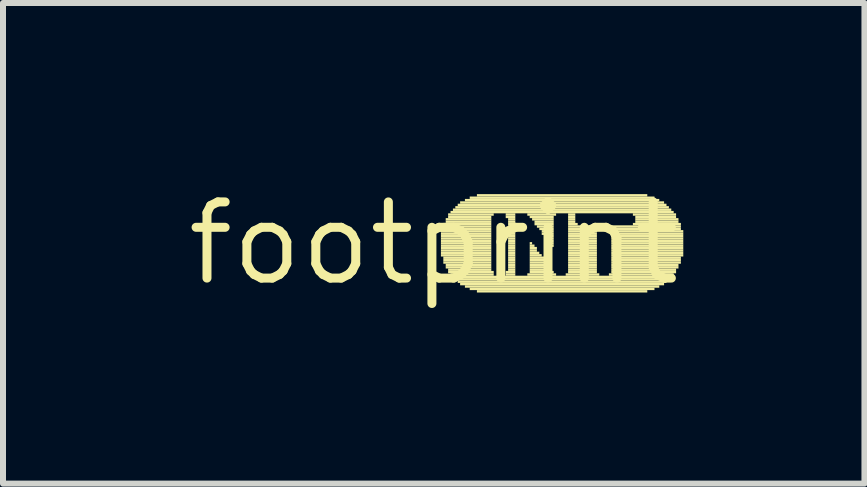
<source format=kicad_pcb>
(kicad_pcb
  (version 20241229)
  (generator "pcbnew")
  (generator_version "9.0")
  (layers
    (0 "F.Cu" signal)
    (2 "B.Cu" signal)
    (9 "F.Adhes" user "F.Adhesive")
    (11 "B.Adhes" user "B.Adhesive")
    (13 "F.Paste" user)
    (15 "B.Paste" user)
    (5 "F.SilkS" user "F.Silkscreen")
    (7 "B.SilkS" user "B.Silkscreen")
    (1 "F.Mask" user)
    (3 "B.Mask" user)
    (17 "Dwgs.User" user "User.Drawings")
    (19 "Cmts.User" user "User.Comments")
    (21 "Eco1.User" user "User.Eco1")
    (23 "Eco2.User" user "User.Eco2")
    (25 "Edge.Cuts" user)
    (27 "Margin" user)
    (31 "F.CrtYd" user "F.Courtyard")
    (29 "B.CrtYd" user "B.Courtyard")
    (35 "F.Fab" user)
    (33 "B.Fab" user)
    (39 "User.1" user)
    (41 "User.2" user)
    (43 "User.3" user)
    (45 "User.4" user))
  (footprint "footprint"
    (layer "F.Cu")
    (at 4.18 1.006)
    (property "Reference" "footprint" (at 0 0 0) (layer "F.SilkS") (effects (font (size 1.27 1.27) (thickness 0.15))))
    (fp_poly (pts (xy 0.12 -0.18) (xy 0.96 -0.18) (xy 0.96 -0.22) (xy 0.12 -0.22)) (stroke (width 0) (type solid)) (fill yes) (layer "F.SilkS"))
    (fp_poly (pts (xy 0.12 -0.14) (xy 0.96 -0.14) (xy 0.96 -0.18) (xy 0.12 -0.18)) (stroke (width 0) (type solid)) (fill yes) (layer "F.SilkS"))
    (fp_poly (pts (xy 0.12 -0.1) (xy 0.96 -0.1) (xy 0.96 -0.14) (xy 0.12 -0.14)) (stroke (width 0) (type solid)) (fill yes) (layer "F.SilkS"))
    (fp_poly (pts (xy 0.12 -0.06) (xy 0.96 -0.06) (xy 0.96 -0.1) (xy 0.12 -0.1)) (stroke (width 0) (type solid)) (fill yes) (layer "F.SilkS"))
    (fp_poly (pts (xy 0.12 -0.02) (xy 0.96 -0.02) (xy 0.96 -0.06) (xy 0.12 -0.06)) (stroke (width 0) (type solid)) (fill yes) (layer "F.SilkS"))
    (fp_poly (pts (xy 0.12 0.02) (xy 0.96 0.02) (xy 0.96 -0.02) (xy 0.12 -0.02)) (stroke (width 0) (type solid)) (fill yes) (layer "F.SilkS"))
    (fp_poly (pts (xy 0.12 0.06) (xy 0.96 0.06) (xy 0.96 0.02) (xy 0.12 0.02)) (stroke (width 0) (type solid)) (fill yes) (layer "F.SilkS"))
    (fp_poly (pts (xy 0.12 0.1) (xy 0.96 0.1) (xy 0.96 0.06) (xy 0.12 0.06)) (stroke (width 0) (type solid)) (fill yes) (layer "F.SilkS"))
    (fp_poly (pts (xy 0.12 0.14) (xy 0.96 0.14) (xy 0.96 0.1) (xy 0.12 0.1)) (stroke (width 0) (type solid)) (fill yes) (layer "F.SilkS"))
    (fp_poly (pts (xy 0.12 0.18) (xy 0.96 0.18) (xy 0.96 0.14) (xy 0.12 0.14)) (stroke (width 0) (type solid)) (fill yes) (layer "F.SilkS"))
    (fp_poly (pts (xy 0.12 0.22) (xy 0.96 0.22) (xy 0.96 0.18) (xy 0.12 0.18)) (stroke (width 0) (type solid)) (fill yes) (layer "F.SilkS"))
    (fp_poly (pts (xy 0.16 -0.3) (xy 0.96 -0.3) (xy 0.96 -0.34) (xy 0.16 -0.34)) (stroke (width 0) (type solid)) (fill yes) (layer "F.SilkS"))
    (fp_poly (pts (xy 0.16 -0.26) (xy 0.96 -0.26) (xy 0.96 -0.3) (xy 0.16 -0.3)) (stroke (width 0) (type solid)) (fill yes) (layer "F.SilkS"))
    (fp_poly (pts (xy 0.16 -0.22) (xy 0.96 -0.22) (xy 0.96 -0.26) (xy 0.16 -0.26)) (stroke (width 0) (type solid)) (fill yes) (layer "F.SilkS"))
    (fp_poly (pts (xy 0.16 0.26) (xy 0.96 0.26) (xy 0.96 0.22) (xy 0.16 0.22)) (stroke (width 0) (type solid)) (fill yes) (layer "F.SilkS"))
    (fp_poly (pts (xy 0.16 0.3) (xy 0.96 0.3) (xy 0.96 0.26) (xy 0.16 0.26)) (stroke (width 0) (type solid)) (fill yes) (layer "F.SilkS"))
    (fp_poly (pts (xy 0.16 0.34) (xy 0.96 0.34) (xy 0.96 0.3) (xy 0.16 0.3)) (stroke (width 0) (type solid)) (fill yes) (layer "F.SilkS"))
    (fp_poly (pts (xy 0.2 -0.38) (xy 0.96 -0.38) (xy 0.96 -0.42) (xy 0.2 -0.42)) (stroke (width 0) (type solid)) (fill yes) (layer "F.SilkS"))
    (fp_poly (pts (xy 0.2 -0.34) (xy 0.96 -0.34) (xy 0.96 -0.38) (xy 0.2 -0.38)) (stroke (width 0) (type solid)) (fill yes) (layer "F.SilkS"))
    (fp_poly (pts (xy 0.2 0.38) (xy 0.96 0.38) (xy 0.96 0.34) (xy 0.2 0.34)) (stroke (width 0) (type solid)) (fill yes) (layer "F.SilkS"))
    (fp_poly (pts (xy 0.2 0.42) (xy 0.96 0.42) (xy 0.96 0.38) (xy 0.2 0.38)) (stroke (width 0) (type solid)) (fill yes) (layer "F.SilkS"))
    (fp_poly (pts (xy 0.24 -0.46) (xy 1 -0.46) (xy 1 -0.5) (xy 0.24 -0.5)) (stroke (width 0) (type solid)) (fill yes) (layer "F.SilkS"))
    (fp_poly (pts (xy 0.24 -0.42) (xy 0.96 -0.42) (xy 0.96 -0.46) (xy 0.24 -0.46)) (stroke (width 0) (type solid)) (fill yes) (layer "F.SilkS"))
    (fp_poly (pts (xy 0.24 0.46) (xy 0.96 0.46) (xy 0.96 0.42) (xy 0.24 0.42)) (stroke (width 0) (type solid)) (fill yes) (layer "F.SilkS"))
    (fp_poly (pts (xy 0.24 0.5) (xy 1 0.5) (xy 1 0.46) (xy 0.24 0.46)) (stroke (width 0) (type solid)) (fill yes) (layer "F.SilkS"))
    (fp_poly (pts (xy 0.28 -0.5) (xy 4 -0.5) (xy 4 -0.54) (xy 0.28 -0.54)) (stroke (width 0) (type solid)) (fill yes) (layer "F.SilkS"))
    (fp_poly (pts (xy 0.28 0.54) (xy 1 0.54) (xy 1 0.5) (xy 0.28 0.5)) (stroke (width 0) (type solid)) (fill yes) (layer "F.SilkS"))
    (fp_poly (pts (xy 0.32 -0.54) (xy 3.96 -0.54) (xy 3.96 -0.58) (xy 0.32 -0.58)) (stroke (width 0) (type solid)) (fill yes) (layer "F.SilkS"))
    (fp_poly (pts (xy 0.32 0.58) (xy 3.96 0.58) (xy 3.96 0.54) (xy 0.32 0.54)) (stroke (width 0) (type solid)) (fill yes) (layer "F.SilkS"))
    (fp_poly (pts (xy 0.36 -0.58) (xy 3.92 -0.58) (xy 3.92 -0.62) (xy 0.36 -0.62)) (stroke (width 0) (type solid)) (fill yes) (layer "F.SilkS"))
    (fp_poly (pts (xy 0.36 0.62) (xy 3.92 0.62) (xy 3.92 0.58) (xy 0.36 0.58)) (stroke (width 0) (type solid)) (fill yes) (layer "F.SilkS"))
    (fp_poly (pts (xy 0.4 -0.62) (xy 3.88 -0.62) (xy 3.88 -0.66) (xy 0.4 -0.66)) (stroke (width 0) (type solid)) (fill yes) (layer "F.SilkS"))
    (fp_poly (pts (xy 0.4 0.66) (xy 3.88 0.66) (xy 3.88 0.62) (xy 0.4 0.62)) (stroke (width 0) (type solid)) (fill yes) (layer "F.SilkS"))
    (fp_poly (pts (xy 0.44 -0.66) (xy 3.84 -0.66) (xy 3.84 -0.7) (xy 0.44 -0.7)) (stroke (width 0) (type solid)) (fill yes) (layer "F.SilkS"))
    (fp_poly (pts (xy 0.44 0.7) (xy 3.84 0.7) (xy 3.84 0.66) (xy 0.44 0.66)) (stroke (width 0) (type solid)) (fill yes) (layer "F.SilkS"))
    (fp_poly (pts (xy 0.52 -0.7) (xy 3.76 -0.7) (xy 3.76 -0.74) (xy 0.52 -0.74)) (stroke (width 0) (type solid)) (fill yes) (layer "F.SilkS"))
    (fp_poly (pts (xy 0.52 0.74) (xy 3.76 0.74) (xy 3.76 0.7) (xy 0.52 0.7)) (stroke (width 0) (type solid)) (fill yes) (layer "F.SilkS"))
    (fp_poly (pts (xy 0.6 -0.74) (xy 3.68 -0.74) (xy 3.68 -0.78) (xy 0.6 -0.78)) (stroke (width 0) (type solid)) (fill yes) (layer "F.SilkS"))
    (fp_poly (pts (xy 0.6 0.78) (xy 3.68 0.78) (xy 3.68 0.74) (xy 0.6 0.74)) (stroke (width 0) (type solid)) (fill yes) (layer "F.SilkS"))
    (fp_poly (pts (xy 0.72 -0.78) (xy 3.56 -0.78) (xy 3.56 -0.82) (xy 0.72 -0.82)) (stroke (width 0) (type solid)) (fill yes) (layer "F.SilkS"))
    (fp_poly (pts (xy 0.72 0.82) (xy 3.56 0.82) (xy 3.56 0.78) (xy 0.72 0.78)) (stroke (width 0) (type solid)) (fill yes) (layer "F.SilkS"))
    (fp_poly (pts (xy 1.2 -0.46) (xy 1.36 -0.46) (xy 1.36 -0.5) (xy 1.2 -0.5)) (stroke (width 0) (type solid)) (fill yes) (layer "F.SilkS"))
    (fp_poly (pts (xy 1.2 -0.42) (xy 1.36 -0.42) (xy 1.36 -0.46) (xy 1.2 -0.46)) (stroke (width 0) (type solid)) (fill yes) (layer "F.SilkS"))
    (fp_poly (pts (xy 1.2 0.5) (xy 1.36 0.5) (xy 1.36 0.46) (xy 1.2 0.46)) (stroke (width 0) (type solid)) (fill yes) (layer "F.SilkS"))
    (fp_poly (pts (xy 1.2 0.54) (xy 1.36 0.54) (xy 1.36 0.5) (xy 1.2 0.5)) (stroke (width 0) (type solid)) (fill yes) (layer "F.SilkS"))
    (fp_poly (pts (xy 1.24 -0.38) (xy 1.36 -0.38) (xy 1.36 -0.42) (xy 1.24 -0.42)) (stroke (width 0) (type solid)) (fill yes) (layer "F.SilkS"))
    (fp_poly (pts (xy 1.24 -0.34) (xy 1.36 -0.34) (xy 1.36 -0.38) (xy 1.24 -0.38)) (stroke (width 0) (type solid)) (fill yes) (layer "F.SilkS"))
    (fp_poly (pts (xy 1.24 -0.3) (xy 1.36 -0.3) (xy 1.36 -0.34) (xy 1.24 -0.34)) (stroke (width 0) (type solid)) (fill yes) (layer "F.SilkS"))
    (fp_poly (pts (xy 1.24 -0.26) (xy 1.36 -0.26) (xy 1.36 -0.3) (xy 1.24 -0.3)) (stroke (width 0) (type solid)) (fill yes) (layer "F.SilkS"))
    (fp_poly (pts (xy 1.24 -0.22) (xy 1.36 -0.22) (xy 1.36 -0.26) (xy 1.24 -0.26)) (stroke (width 0) (type solid)) (fill yes) (layer "F.SilkS"))
    (fp_poly (pts (xy 1.24 -0.18) (xy 1.36 -0.18) (xy 1.36 -0.22) (xy 1.24 -0.22)) (stroke (width 0) (type solid)) (fill yes) (layer "F.SilkS"))
    (fp_poly (pts (xy 1.24 -0.14) (xy 1.36 -0.14) (xy 1.36 -0.18) (xy 1.24 -0.18)) (stroke (width 0) (type solid)) (fill yes) (layer "F.SilkS"))
    (fp_poly (pts (xy 1.24 -0.1) (xy 1.36 -0.1) (xy 1.36 -0.14) (xy 1.24 -0.14)) (stroke (width 0) (type solid)) (fill yes) (layer "F.SilkS"))
    (fp_poly (pts (xy 1.24 -0.06) (xy 1.36 -0.06) (xy 1.36 -0.1) (xy 1.24 -0.1)) (stroke (width 0) (type solid)) (fill yes) (layer "F.SilkS"))
    (fp_poly (pts (xy 1.24 -0.02) (xy 1.36 -0.02) (xy 1.36 -0.06) (xy 1.24 -0.06)) (stroke (width 0) (type solid)) (fill yes) (layer "F.SilkS"))
    (fp_poly (pts (xy 1.24 0.02) (xy 1.36 0.02) (xy 1.36 -0.02) (xy 1.24 -0.02)) (stroke (width 0) (type solid)) (fill yes) (layer "F.SilkS"))
    (fp_poly (pts (xy 1.24 0.06) (xy 1.36 0.06) (xy 1.36 0.02) (xy 1.24 0.02)) (stroke (width 0) (type solid)) (fill yes) (layer "F.SilkS"))
    (fp_poly (pts (xy 1.24 0.1) (xy 1.36 0.1) (xy 1.36 0.06) (xy 1.24 0.06)) (stroke (width 0) (type solid)) (fill yes) (layer "F.SilkS"))
    (fp_poly (pts (xy 1.24 0.14) (xy 1.36 0.14) (xy 1.36 0.1) (xy 1.24 0.1)) (stroke (width 0) (type solid)) (fill yes) (layer "F.SilkS"))
    (fp_poly (pts (xy 1.24 0.18) (xy 1.36 0.18) (xy 1.36 0.14) (xy 1.24 0.14)) (stroke (width 0) (type solid)) (fill yes) (layer "F.SilkS"))
    (fp_poly (pts (xy 1.24 0.22) (xy 1.36 0.22) (xy 1.36 0.18) (xy 1.24 0.18)) (stroke (width 0) (type solid)) (fill yes) (layer "F.SilkS"))
    (fp_poly (pts (xy 1.24 0.26) (xy 1.36 0.26) (xy 1.36 0.22) (xy 1.24 0.22)) (stroke (width 0) (type solid)) (fill yes) (layer "F.SilkS"))
    (fp_poly (pts (xy 1.24 0.3) (xy 1.36 0.3) (xy 1.36 0.26) (xy 1.24 0.26)) (stroke (width 0) (type solid)) (fill yes) (layer "F.SilkS"))
    (fp_poly (pts (xy 1.24 0.34) (xy 1.36 0.34) (xy 1.36 0.3) (xy 1.24 0.3)) (stroke (width 0) (type solid)) (fill yes) (layer "F.SilkS"))
    (fp_poly (pts (xy 1.24 0.38) (xy 1.36 0.38) (xy 1.36 0.34) (xy 1.24 0.34)) (stroke (width 0) (type solid)) (fill yes) (layer "F.SilkS"))
    (fp_poly (pts (xy 1.24 0.42) (xy 1.36 0.42) (xy 1.36 0.38) (xy 1.24 0.38)) (stroke (width 0) (type solid)) (fill yes) (layer "F.SilkS"))
    (fp_poly (pts (xy 1.24 0.46) (xy 1.36 0.46) (xy 1.36 0.42) (xy 1.24 0.42)) (stroke (width 0) (type solid)) (fill yes) (layer "F.SilkS"))
    (fp_poly (pts (xy 1.56 -0.46) (xy 2.04 -0.46) (xy 2.04 -0.5) (xy 1.56 -0.5)) (stroke (width 0) (type solid)) (fill yes) (layer "F.SilkS"))
    (fp_poly (pts (xy 1.56 0.54) (xy 2.04 0.54) (xy 2.04 0.5) (xy 1.56 0.5)) (stroke (width 0) (type solid)) (fill yes) (layer "F.SilkS"))
    (fp_poly (pts (xy 1.6 -0.42) (xy 2 -0.42) (xy 2 -0.46) (xy 1.6 -0.46)) (stroke (width 0) (type solid)) (fill yes) (layer "F.SilkS"))
    (fp_poly (pts (xy 1.6 0.02) (xy 1.64 0.02) (xy 1.64 -0.02) (xy 1.6 -0.02)) (stroke (width 0) (type solid)) (fill yes) (layer "F.SilkS"))
    (fp_poly (pts (xy 1.6 0.06) (xy 1.68 0.06) (xy 1.68 0.02) (xy 1.6 0.02)) (stroke (width 0) (type solid)) (fill yes) (layer "F.SilkS"))
    (fp_poly (pts (xy 1.6 0.1) (xy 1.72 0.1) (xy 1.72 0.06) (xy 1.6 0.06)) (stroke (width 0) (type solid)) (fill yes) (layer "F.SilkS"))
    (fp_poly (pts (xy 1.6 0.14) (xy 1.72 0.14) (xy 1.72 0.1) (xy 1.6 0.1)) (stroke (width 0) (type solid)) (fill yes) (layer "F.SilkS"))
    (fp_poly (pts (xy 1.6 0.18) (xy 1.76 0.18) (xy 1.76 0.14) (xy 1.6 0.14)) (stroke (width 0) (type solid)) (fill yes) (layer "F.SilkS"))
    (fp_poly (pts (xy 1.6 0.22) (xy 1.8 0.22) (xy 1.8 0.18) (xy 1.6 0.18)) (stroke (width 0) (type solid)) (fill yes) (layer "F.SilkS"))
    (fp_poly (pts (xy 1.6 0.26) (xy 1.84 0.26) (xy 1.84 0.22) (xy 1.6 0.22)) (stroke (width 0) (type solid)) (fill yes) (layer "F.SilkS"))
    (fp_poly (pts (xy 1.6 0.3) (xy 1.84 0.3) (xy 1.84 0.26) (xy 1.6 0.26)) (stroke (width 0) (type solid)) (fill yes) (layer "F.SilkS"))
    (fp_poly (pts (xy 1.6 0.34) (xy 1.88 0.34) (xy 1.88 0.3) (xy 1.6 0.3)) (stroke (width 0) (type solid)) (fill yes) (layer "F.SilkS"))
    (fp_poly (pts (xy 1.6 0.38) (xy 1.92 0.38) (xy 1.92 0.34) (xy 1.6 0.34)) (stroke (width 0) (type solid)) (fill yes) (layer "F.SilkS"))
    (fp_poly (pts (xy 1.6 0.42) (xy 1.96 0.42) (xy 1.96 0.38) (xy 1.6 0.38)) (stroke (width 0) (type solid)) (fill yes) (layer "F.SilkS"))
    (fp_poly (pts (xy 1.6 0.46) (xy 1.96 0.46) (xy 1.96 0.42) (xy 1.6 0.42)) (stroke (width 0) (type solid)) (fill yes) (layer "F.SilkS"))
    (fp_poly (pts (xy 1.6 0.5) (xy 2 0.5) (xy 2 0.46) (xy 1.6 0.46)) (stroke (width 0) (type solid)) (fill yes) (layer "F.SilkS"))
    (fp_poly (pts (xy 1.64 -0.38) (xy 2 -0.38) (xy 2 -0.42) (xy 1.64 -0.42)) (stroke (width 0) (type solid)) (fill yes) (layer "F.SilkS"))
    (fp_poly (pts (xy 1.68 -0.34) (xy 2 -0.34) (xy 2 -0.38) (xy 1.68 -0.38)) (stroke (width 0) (type solid)) (fill yes) (layer "F.SilkS"))
    (fp_poly (pts (xy 1.68 -0.3) (xy 2 -0.3) (xy 2 -0.34) (xy 1.68 -0.34)) (stroke (width 0) (type solid)) (fill yes) (layer "F.SilkS"))
    (fp_poly (pts (xy 1.72 -0.26) (xy 2 -0.26) (xy 2 -0.3) (xy 1.72 -0.3)) (stroke (width 0) (type solid)) (fill yes) (layer "F.SilkS"))
    (fp_poly (pts (xy 1.76 -0.22) (xy 2 -0.22) (xy 2 -0.26) (xy 1.76 -0.26)) (stroke (width 0) (type solid)) (fill yes) (layer "F.SilkS"))
    (fp_poly (pts (xy 1.8 -0.18) (xy 2 -0.18) (xy 2 -0.22) (xy 1.8 -0.22)) (stroke (width 0) (type solid)) (fill yes) (layer "F.SilkS"))
    (fp_poly (pts (xy 1.8 -0.14) (xy 2 -0.14) (xy 2 -0.18) (xy 1.8 -0.18)) (stroke (width 0) (type solid)) (fill yes) (layer "F.SilkS"))
    (fp_poly (pts (xy 1.84 -0.1) (xy 2 -0.1) (xy 2 -0.14) (xy 1.84 -0.14)) (stroke (width 0) (type solid)) (fill yes) (layer "F.SilkS"))
    (fp_poly (pts (xy 1.88 -0.06) (xy 2 -0.06) (xy 2 -0.1) (xy 1.88 -0.1)) (stroke (width 0) (type solid)) (fill yes) (layer "F.SilkS"))
    (fp_poly (pts (xy 1.92 -0.02) (xy 2 -0.02) (xy 2 -0.06) (xy 1.92 -0.06)) (stroke (width 0) (type solid)) (fill yes) (layer "F.SilkS"))
    (fp_poly (pts (xy 1.92 0.02) (xy 2 0.02) (xy 2 -0.02) (xy 1.92 -0.02)) (stroke (width 0) (type solid)) (fill yes) (layer "F.SilkS"))
    (fp_poly (pts (xy 1.96 0.06) (xy 2 0.06) (xy 2 0.02) (xy 1.96 0.02)) (stroke (width 0) (type solid)) (fill yes) (layer "F.SilkS"))
    (fp_poly (pts (xy 2.2 0.54) (xy 2.76 0.54) (xy 2.76 0.5) (xy 2.2 0.5)) (stroke (width 0) (type solid)) (fill yes) (layer "F.SilkS"))
    (fp_poly (pts (xy 2.24 -0.46) (xy 2.36 -0.46) (xy 2.36 -0.5) (xy 2.24 -0.5)) (stroke (width 0) (type solid)) (fill yes) (layer "F.SilkS"))
    (fp_poly (pts (xy 2.24 -0.42) (xy 2.36 -0.42) (xy 2.36 -0.46) (xy 2.24 -0.46)) (stroke (width 0) (type solid)) (fill yes) (layer "F.SilkS"))
    (fp_poly (pts (xy 2.24 -0.38) (xy 2.36 -0.38) (xy 2.36 -0.42) (xy 2.24 -0.42)) (stroke (width 0) (type solid)) (fill yes) (layer "F.SilkS"))
    (fp_poly (pts (xy 2.24 -0.34) (xy 2.36 -0.34) (xy 2.36 -0.38) (xy 2.24 -0.38)) (stroke (width 0) (type solid)) (fill yes) (layer "F.SilkS"))
    (fp_poly (pts (xy 2.24 -0.3) (xy 2.4 -0.3) (xy 2.4 -0.34) (xy 2.24 -0.34)) (stroke (width 0) (type solid)) (fill yes) (layer "F.SilkS"))
    (fp_poly (pts (xy 2.24 -0.26) (xy 2.72 -0.26) (xy 2.72 -0.3) (xy 2.24 -0.3)) (stroke (width 0) (type solid)) (fill yes) (layer "F.SilkS"))
    (fp_poly (pts (xy 2.24 -0.22) (xy 2.72 -0.22) (xy 2.72 -0.26) (xy 2.24 -0.26)) (stroke (width 0) (type solid)) (fill yes) (layer "F.SilkS"))
    (fp_poly (pts (xy 2.24 -0.18) (xy 2.72 -0.18) (xy 2.72 -0.22) (xy 2.24 -0.22)) (stroke (width 0) (type solid)) (fill yes) (layer "F.SilkS"))
    (fp_poly (pts (xy 2.24 -0.14) (xy 2.72 -0.14) (xy 2.72 -0.18) (xy 2.24 -0.18)) (stroke (width 0) (type solid)) (fill yes) (layer "F.SilkS"))
    (fp_poly (pts (xy 2.24 -0.1) (xy 2.72 -0.1) (xy 2.72 -0.14) (xy 2.24 -0.14)) (stroke (width 0) (type solid)) (fill yes) (layer "F.SilkS"))
    (fp_poly (pts (xy 2.24 -0.06) (xy 2.72 -0.06) (xy 2.72 -0.1) (xy 2.24 -0.1)) (stroke (width 0) (type solid)) (fill yes) (layer "F.SilkS"))
    (fp_poly (pts (xy 2.24 -0.02) (xy 2.72 -0.02) (xy 2.72 -0.06) (xy 2.24 -0.06)) (stroke (width 0) (type solid)) (fill yes) (layer "F.SilkS"))
    (fp_poly (pts (xy 2.24 0.02) (xy 2.72 0.02) (xy 2.72 -0.02) (xy 2.24 -0.02)) (stroke (width 0) (type solid)) (fill yes) (layer "F.SilkS"))
    (fp_poly (pts (xy 2.24 0.06) (xy 2.72 0.06) (xy 2.72 0.02) (xy 2.24 0.02)) (stroke (width 0) (type solid)) (fill yes) (layer "F.SilkS"))
    (fp_poly (pts (xy 2.24 0.1) (xy 2.72 0.1) (xy 2.72 0.06) (xy 2.24 0.06)) (stroke (width 0) (type solid)) (fill yes) (layer "F.SilkS"))
    (fp_poly (pts (xy 2.24 0.14) (xy 2.72 0.14) (xy 2.72 0.1) (xy 2.24 0.1)) (stroke (width 0) (type solid)) (fill yes) (layer "F.SilkS"))
    (fp_poly (pts (xy 2.24 0.18) (xy 2.72 0.18) (xy 2.72 0.14) (xy 2.24 0.14)) (stroke (width 0) (type solid)) (fill yes) (layer "F.SilkS"))
    (fp_poly (pts (xy 2.24 0.22) (xy 2.72 0.22) (xy 2.72 0.18) (xy 2.24 0.18)) (stroke (width 0) (type solid)) (fill yes) (layer "F.SilkS"))
    (fp_poly (pts (xy 2.24 0.26) (xy 2.72 0.26) (xy 2.72 0.22) (xy 2.24 0.22)) (stroke (width 0) (type solid)) (fill yes) (layer "F.SilkS"))
    (fp_poly (pts (xy 2.24 0.3) (xy 2.72 0.3) (xy 2.72 0.26) (xy 2.24 0.26)) (stroke (width 0) (type solid)) (fill yes) (layer "F.SilkS"))
    (fp_poly (pts (xy 2.24 0.34) (xy 2.72 0.34) (xy 2.72 0.3) (xy 2.24 0.3)) (stroke (width 0) (type solid)) (fill yes) (layer "F.SilkS"))
    (fp_poly (pts (xy 2.24 0.38) (xy 2.72 0.38) (xy 2.72 0.34) (xy 2.24 0.34)) (stroke (width 0) (type solid)) (fill yes) (layer "F.SilkS"))
    (fp_poly (pts (xy 2.24 0.42) (xy 2.72 0.42) (xy 2.72 0.38) (xy 2.24 0.38)) (stroke (width 0) (type solid)) (fill yes) (layer "F.SilkS"))
    (fp_poly (pts (xy 2.24 0.46) (xy 2.72 0.46) (xy 2.72 0.42) (xy 2.24 0.42)) (stroke (width 0) (type solid)) (fill yes) (layer "F.SilkS"))
    (fp_poly (pts (xy 2.24 0.5) (xy 2.72 0.5) (xy 2.72 0.46) (xy 2.24 0.46)) (stroke (width 0) (type solid)) (fill yes) (layer "F.SilkS"))
    (fp_poly (pts (xy 2.92 0.54) (xy 4 0.54) (xy 4 0.5) (xy 2.92 0.5)) (stroke (width 0) (type solid)) (fill yes) (layer "F.SilkS"))
    (fp_poly (pts (xy 2.96 -0.26) (xy 4.12 -0.26) (xy 4.12 -0.3) (xy 2.96 -0.3)) (stroke (width 0) (type solid)) (fill yes) (layer "F.SilkS"))
    (fp_poly (pts (xy 2.96 -0.22) (xy 4.12 -0.22) (xy 4.12 -0.26) (xy 2.96 -0.26)) (stroke (width 0) (type solid)) (fill yes) (layer "F.SilkS"))
    (fp_poly (pts (xy 2.96 -0.18) (xy 4.16 -0.18) (xy 4.16 -0.22) (xy 2.96 -0.22)) (stroke (width 0) (type solid)) (fill yes) (layer "F.SilkS"))
    (fp_poly (pts (xy 2.96 -0.14) (xy 4.16 -0.14) (xy 4.16 -0.18) (xy 2.96 -0.18)) (stroke (width 0) (type solid)) (fill yes) (layer "F.SilkS"))
    (fp_poly (pts (xy 2.96 -0.1) (xy 4.16 -0.1) (xy 4.16 -0.14) (xy 2.96 -0.14)) (stroke (width 0) (type solid)) (fill yes) (layer "F.SilkS"))
    (fp_poly (pts (xy 2.96 -0.06) (xy 4.16 -0.06) (xy 4.16 -0.1) (xy 2.96 -0.1)) (stroke (width 0) (type solid)) (fill yes) (layer "F.SilkS"))
    (fp_poly (pts (xy 2.96 -0.02) (xy 4.16 -0.02) (xy 4.16 -0.06) (xy 2.96 -0.06)) (stroke (width 0) (type solid)) (fill yes) (layer "F.SilkS"))
    (fp_poly (pts (xy 2.96 0.02) (xy 4.16 0.02) (xy 4.16 -0.02) (xy 2.96 -0.02)) (stroke (width 0) (type solid)) (fill yes) (layer "F.SilkS"))
    (fp_poly (pts (xy 2.96 0.06) (xy 4.16 0.06) (xy 4.16 0.02) (xy 2.96 0.02)) (stroke (width 0) (type solid)) (fill yes) (layer "F.SilkS"))
    (fp_poly (pts (xy 2.96 0.1) (xy 4.16 0.1) (xy 4.16 0.06) (xy 2.96 0.06)) (stroke (width 0) (type solid)) (fill yes) (layer "F.SilkS"))
    (fp_poly (pts (xy 2.96 0.14) (xy 4.16 0.14) (xy 4.16 0.1) (xy 2.96 0.1)) (stroke (width 0) (type solid)) (fill yes) (layer "F.SilkS"))
    (fp_poly (pts (xy 2.96 0.18) (xy 4.16 0.18) (xy 4.16 0.14) (xy 2.96 0.14)) (stroke (width 0) (type solid)) (fill yes) (layer "F.SilkS"))
    (fp_poly (pts (xy 2.96 0.22) (xy 4.16 0.22) (xy 4.16 0.18) (xy 2.96 0.18)) (stroke (width 0) (type solid)) (fill yes) (layer "F.SilkS"))
    (fp_poly (pts (xy 2.96 0.26) (xy 4.12 0.26) (xy 4.12 0.22) (xy 2.96 0.22)) (stroke (width 0) (type solid)) (fill yes) (layer "F.SilkS"))
    (fp_poly (pts (xy 2.96 0.3) (xy 4.12 0.3) (xy 4.12 0.26) (xy 2.96 0.26)) (stroke (width 0) (type solid)) (fill yes) (layer "F.SilkS"))
    (fp_poly (pts (xy 2.96 0.34) (xy 4.12 0.34) (xy 4.12 0.3) (xy 2.96 0.3)) (stroke (width 0) (type solid)) (fill yes) (layer "F.SilkS"))
    (fp_poly (pts (xy 2.96 0.38) (xy 4.08 0.38) (xy 4.08 0.34) (xy 2.96 0.34)) (stroke (width 0) (type solid)) (fill yes) (layer "F.SilkS"))
    (fp_poly (pts (xy 2.96 0.42) (xy 4.08 0.42) (xy 4.08 0.38) (xy 2.96 0.38)) (stroke (width 0) (type solid)) (fill yes) (layer "F.SilkS"))
    (fp_poly (pts (xy 2.96 0.46) (xy 4.04 0.46) (xy 4.04 0.42) (xy 2.96 0.42)) (stroke (width 0) (type solid)) (fill yes) (layer "F.SilkS"))
    (fp_poly (pts (xy 2.96 0.5) (xy 4.04 0.5) (xy 4.04 0.46) (xy 2.96 0.46)) (stroke (width 0) (type solid)) (fill yes) (layer "F.SilkS"))
    (fp_poly (pts (xy 3.32 -0.46) (xy 4.04 -0.46) (xy 4.04 -0.5) (xy 3.32 -0.5)) (stroke (width 0) (type solid)) (fill yes) (layer "F.SilkS"))
    (fp_poly (pts (xy 3.32 -0.3) (xy 4.12 -0.3) (xy 4.12 -0.34) (xy 3.32 -0.34)) (stroke (width 0) (type solid)) (fill yes) (layer "F.SilkS"))
    (fp_poly (pts (xy 3.36 -0.42) (xy 4.04 -0.42) (xy 4.04 -0.46) (xy 3.36 -0.46)) (stroke (width 0) (type solid)) (fill yes) (layer "F.SilkS"))
    (fp_poly (pts (xy 3.36 -0.38) (xy 4.08 -0.38) (xy 4.08 -0.42) (xy 3.36 -0.42)) (stroke (width 0) (type solid)) (fill yes) (layer "F.SilkS"))
    (fp_poly (pts (xy 3.36 -0.34) (xy 4.08 -0.34) (xy 4.08 -0.38) (xy 3.36 -0.38)) (stroke (width 0) (type solid)) (fill yes) (layer "F.SilkS")))
  (gr_rect
    (start -3 -3)
    (end 11.36 5.012)
    (stroke (width 0.1) (type default))
    (fill no)
    (layer "Edge.Cuts")))
</source>
